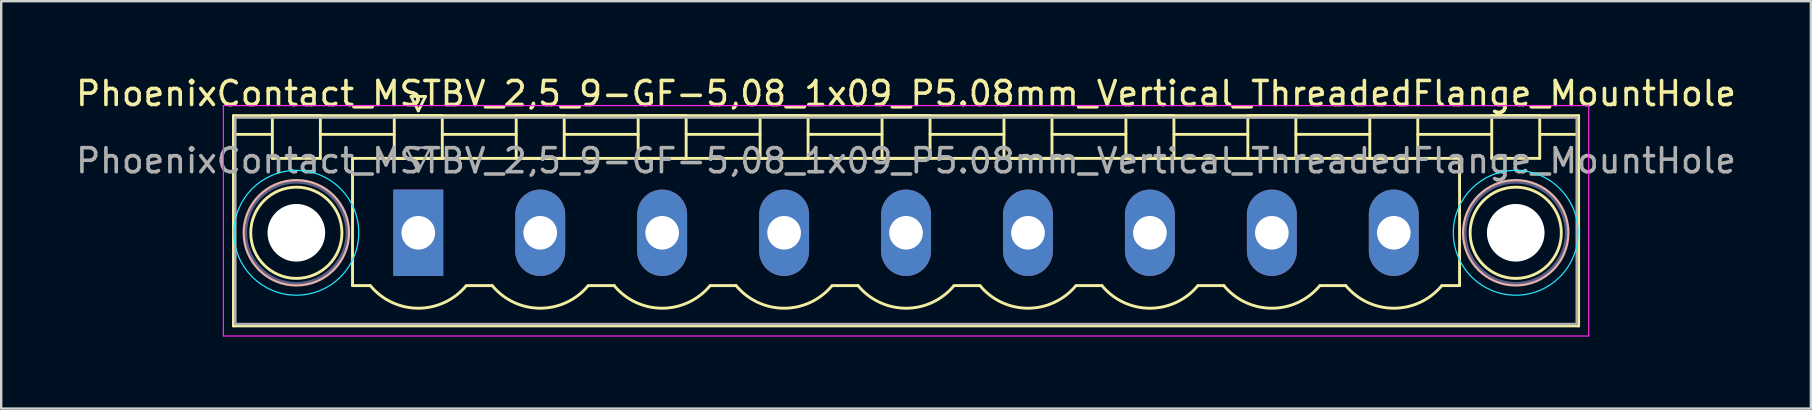
<source format=kicad_pcb>
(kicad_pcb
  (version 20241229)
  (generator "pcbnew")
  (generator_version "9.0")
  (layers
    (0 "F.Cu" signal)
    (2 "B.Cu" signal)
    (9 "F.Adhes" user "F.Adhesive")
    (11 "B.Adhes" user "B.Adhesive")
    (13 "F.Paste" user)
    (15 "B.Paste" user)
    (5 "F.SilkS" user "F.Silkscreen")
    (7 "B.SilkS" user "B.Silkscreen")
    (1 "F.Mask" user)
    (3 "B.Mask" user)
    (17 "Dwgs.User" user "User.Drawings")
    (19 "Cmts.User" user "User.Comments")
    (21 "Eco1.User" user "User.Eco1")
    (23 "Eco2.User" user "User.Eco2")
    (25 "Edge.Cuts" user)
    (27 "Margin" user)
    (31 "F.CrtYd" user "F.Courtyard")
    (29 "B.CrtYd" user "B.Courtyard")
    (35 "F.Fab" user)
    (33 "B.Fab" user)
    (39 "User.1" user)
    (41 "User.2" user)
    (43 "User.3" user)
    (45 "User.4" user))
  (footprint "PhoenixContact_MSTBV_2,5_9-GF-5,08_1x09_P5.08mm_Vertical_ThreadedFlange_MountHole"
    (layer "F.Cu")
    (at 14.376 6.648)
    (property "Reference" "PhoenixContact_MSTBV_2,5_9-GF-5,08_1x09_P5.08mm_Vertical_ThreadedFlange_MountHole" (at 20.32 -5.8 0) (layer "F.SilkS") (effects (font (size 1 1) (thickness 0.15))))
    (attr through_hole)
    (fp_line (start -7.7 -4.88) (end -7.7 3.88) (stroke (width 0.12) (type solid)) (layer "F.SilkS"))
    (fp_line (start -7.7 -4.1) (end -6.16 -4.1) (stroke (width 0.12) (type solid)) (layer "F.SilkS"))
    (fp_line (start -7.7 3.88) (end 48.34 3.88) (stroke (width 0.12) (type solid)) (layer "F.SilkS"))
    (fp_line (start -6.08 -4.88) (end -4.08 -4.88) (stroke (width 0.12) (type solid)) (layer "F.SilkS"))
    (fp_line (start -6.08 -3.1) (end -6.08 -4.88) (stroke (width 0.12) (type solid)) (layer "F.SilkS"))
    (fp_line (start -4.08 -4.88) (end -4.08 -3.1) (stroke (width 0.12) (type solid)) (layer "F.SilkS"))
    (fp_line (start -4.08 -4.1) (end -1 -4.1) (stroke (width 0.12) (type solid)) (layer "F.SilkS"))
    (fp_line (start -4.08 -3.1) (end -6.08 -3.1) (stroke (width 0.12) (type solid)) (layer "F.SilkS"))
    (fp_line (start -2.74 -3.1) (end 43.38 -3.1) (stroke (width 0.12) (type solid)) (layer "F.SilkS"))
    (fp_line (start -2.74 2.2) (end -2.74 -3.1) (stroke (width 0.12) (type solid)) (layer "F.SilkS"))
    (fp_line (start -2 2.2) (end -2.74 2.2) (stroke (width 0.12) (type solid)) (layer "F.SilkS"))
    (fp_line (start -1 -4.88) (end 1 -4.88) (stroke (width 0.12) (type solid)) (layer "F.SilkS"))
    (fp_line (start -1 -3.1) (end -1 -4.88) (stroke (width 0.12) (type solid)) (layer "F.SilkS"))
    (fp_line (start -0.3 -5.68) (end 0.3 -5.68) (stroke (width 0.12) (type solid)) (layer "F.SilkS"))
    (fp_line (start 0 -5.08) (end -0.3 -5.68) (stroke (width 0.12) (type solid)) (layer "F.SilkS"))
    (fp_line (start 0.3 -5.68) (end 0 -5.08) (stroke (width 0.12) (type solid)) (layer "F.SilkS"))
    (fp_line (start 1 -4.88) (end 1 -3.1) (stroke (width 0.12) (type solid)) (layer "F.SilkS"))
    (fp_line (start 1 -4.1) (end 4.08 -4.1) (stroke (width 0.12) (type solid)) (layer "F.SilkS"))
    (fp_line (start 1 -3.1) (end -1 -3.1) (stroke (width 0.12) (type solid)) (layer "F.SilkS"))
    (fp_line (start 2 2.2) (end 3.08 2.2) (stroke (width 0.12) (type solid)) (layer "F.SilkS"))
    (fp_line (start 4.08 -4.88) (end 6.08 -4.88) (stroke (width 0.12) (type solid)) (layer "F.SilkS"))
    (fp_line (start 4.08 -3.1) (end 4.08 -4.88) (stroke (width 0.12) (type solid)) (layer "F.SilkS"))
    (fp_line (start 6.08 -4.88) (end 6.08 -3.1) (stroke (width 0.12) (type solid)) (layer "F.SilkS"))
    (fp_line (start 6.08 -4.1) (end 9.16 -4.1) (stroke (width 0.12) (type solid)) (layer "F.SilkS"))
    (fp_line (start 6.08 -3.1) (end 4.08 -3.1) (stroke (width 0.12) (type solid)) (layer "F.SilkS"))
    (fp_line (start 7.08 2.2) (end 8.16 2.2) (stroke (width 0.12) (type solid)) (layer "F.SilkS"))
    (fp_line (start 9.16 -4.88) (end 11.16 -4.88) (stroke (width 0.12) (type solid)) (layer "F.SilkS"))
    (fp_line (start 9.16 -3.1) (end 9.16 -4.88) (stroke (width 0.12) (type solid)) (layer "F.SilkS"))
    (fp_line (start 11.16 -4.88) (end 11.16 -3.1) (stroke (width 0.12) (type solid)) (layer "F.SilkS"))
    (fp_line (start 11.16 -4.1) (end 14.24 -4.1) (stroke (width 0.12) (type solid)) (layer "F.SilkS"))
    (fp_line (start 11.16 -3.1) (end 9.16 -3.1) (stroke (width 0.12) (type solid)) (layer "F.SilkS"))
    (fp_line (start 12.16 2.2) (end 13.24 2.2) (stroke (width 0.12) (type solid)) (layer "F.SilkS"))
    (fp_line (start 14.24 -4.88) (end 16.24 -4.88) (stroke (width 0.12) (type solid)) (layer "F.SilkS"))
    (fp_line (start 14.24 -3.1) (end 14.24 -4.88) (stroke (width 0.12) (type solid)) (layer "F.SilkS"))
    (fp_line (start 16.24 -4.88) (end 16.24 -3.1) (stroke (width 0.12) (type solid)) (layer "F.SilkS"))
    (fp_line (start 16.24 -4.1) (end 19.32 -4.1) (stroke (width 0.12) (type solid)) (layer "F.SilkS"))
    (fp_line (start 16.24 -3.1) (end 14.24 -3.1) (stroke (width 0.12) (type solid)) (layer "F.SilkS"))
    (fp_line (start 17.24 2.2) (end 18.32 2.2) (stroke (width 0.12) (type solid)) (layer "F.SilkS"))
    (fp_line (start 19.32 -4.88) (end 21.32 -4.88) (stroke (width 0.12) (type solid)) (layer "F.SilkS"))
    (fp_line (start 19.32 -3.1) (end 19.32 -4.88) (stroke (width 0.12) (type solid)) (layer "F.SilkS"))
    (fp_line (start 21.32 -4.88) (end 21.32 -3.1) (stroke (width 0.12) (type solid)) (layer "F.SilkS"))
    (fp_line (start 21.32 -4.1) (end 24.4 -4.1) (stroke (width 0.12) (type solid)) (layer "F.SilkS"))
    (fp_line (start 21.32 -3.1) (end 19.32 -3.1) (stroke (width 0.12) (type solid)) (layer "F.SilkS"))
    (fp_line (start 22.32 2.2) (end 23.4 2.2) (stroke (width 0.12) (type solid)) (layer "F.SilkS"))
    (fp_line (start 24.4 -4.88) (end 26.4 -4.88) (stroke (width 0.12) (type solid)) (layer "F.SilkS"))
    (fp_line (start 24.4 -3.1) (end 24.4 -4.88) (stroke (width 0.12) (type solid)) (layer "F.SilkS"))
    (fp_line (start 26.4 -4.88) (end 26.4 -3.1) (stroke (width 0.12) (type solid)) (layer "F.SilkS"))
    (fp_line (start 26.4 -4.1) (end 29.48 -4.1) (stroke (width 0.12) (type solid)) (layer "F.SilkS"))
    (fp_line (start 26.4 -3.1) (end 24.4 -3.1) (stroke (width 0.12) (type solid)) (layer "F.SilkS"))
    (fp_line (start 27.4 2.2) (end 28.48 2.2) (stroke (width 0.12) (type solid)) (layer "F.SilkS"))
    (fp_line (start 29.48 -4.88) (end 31.48 -4.88) (stroke (width 0.12) (type solid)) (layer "F.SilkS"))
    (fp_line (start 29.48 -3.1) (end 29.48 -4.88) (stroke (width 0.12) (type solid)) (layer "F.SilkS"))
    (fp_line (start 31.48 -4.88) (end 31.48 -3.1) (stroke (width 0.12) (type solid)) (layer "F.SilkS"))
    (fp_line (start 31.48 -4.1) (end 34.56 -4.1) (stroke (width 0.12) (type solid)) (layer "F.SilkS"))
    (fp_line (start 31.48 -3.1) (end 29.48 -3.1) (stroke (width 0.12) (type solid)) (layer "F.SilkS"))
    (fp_line (start 32.48 2.2) (end 33.56 2.2) (stroke (width 0.12) (type solid)) (layer "F.SilkS"))
    (fp_line (start 34.56 -4.88) (end 36.56 -4.88) (stroke (width 0.12) (type solid)) (layer "F.SilkS"))
    (fp_line (start 34.56 -3.1) (end 34.56 -4.88) (stroke (width 0.12) (type solid)) (layer "F.SilkS"))
    (fp_line (start 36.56 -4.88) (end 36.56 -3.1) (stroke (width 0.12) (type solid)) (layer "F.SilkS"))
    (fp_line (start 36.56 -4.1) (end 39.64 -4.1) (stroke (width 0.12) (type solid)) (layer "F.SilkS"))
    (fp_line (start 36.56 -3.1) (end 34.56 -3.1) (stroke (width 0.12) (type solid)) (layer "F.SilkS"))
    (fp_line (start 37.56 2.2) (end 38.64 2.2) (stroke (width 0.12) (type solid)) (layer "F.SilkS"))
    (fp_line (start 39.64 -4.88) (end 41.64 -4.88) (stroke (width 0.12) (type solid)) (layer "F.SilkS"))
    (fp_line (start 39.64 -3.1) (end 39.64 -4.88) (stroke (width 0.12) (type solid)) (layer "F.SilkS"))
    (fp_line (start 41.64 -4.88) (end 41.64 -3.1) (stroke (width 0.12) (type solid)) (layer "F.SilkS"))
    (fp_line (start 41.64 -4.1) (end 44.72 -4.1) (stroke (width 0.12) (type solid)) (layer "F.SilkS"))
    (fp_line (start 41.64 -3.1) (end 39.64 -3.1) (stroke (width 0.12) (type solid)) (layer "F.SilkS"))
    (fp_line (start 43.38 -3.1) (end 43.38 2.2) (stroke (width 0.12) (type solid)) (layer "F.SilkS"))
    (fp_line (start 43.38 2.2) (end 42.64 2.2) (stroke (width 0.12) (type solid)) (layer "F.SilkS"))
    (fp_line (start 44.72 -4.88) (end 46.72 -4.88) (stroke (width 0.12) (type solid)) (layer "F.SilkS"))
    (fp_line (start 44.72 -3.1) (end 44.72 -4.88) (stroke (width 0.12) (type solid)) (layer "F.SilkS"))
    (fp_line (start 46.72 -4.88) (end 46.72 -3.1) (stroke (width 0.12) (type solid)) (layer "F.SilkS"))
    (fp_line (start 46.72 -3.1) (end 44.72 -3.1) (stroke (width 0.12) (type solid)) (layer "F.SilkS"))
    (fp_line (start 48.34 -4.88) (end -7.7 -4.88) (stroke (width 0.12) (type solid)) (layer "F.SilkS"))
    (fp_line (start 48.34 -4.1) (end 46.8 -4.1) (stroke (width 0.12) (type solid)) (layer "F.SilkS"))
    (fp_line (start 48.34 3.88) (end 48.34 -4.88) (stroke (width 0.12) (type solid)) (layer "F.SilkS"))
    (fp_arc (start 1.986842 2.215821) (mid -0.010289 3.142758) (end -2 2.2) (stroke (width 0.12) (type solid)) (layer "F.SilkS"))
    (fp_arc (start 7.066842 2.215821) (mid 5.069711 3.142758) (end 3.08 2.2) (stroke (width 0.12) (type solid)) (layer "F.SilkS"))
    (fp_arc (start 12.146842 2.215821) (mid 10.149711 3.142758) (end 8.16 2.2) (stroke (width 0.12) (type solid)) (layer "F.SilkS"))
    (fp_arc (start 17.226842 2.215821) (mid 15.229711 3.142758) (end 13.24 2.2) (stroke (width 0.12) (type solid)) (layer "F.SilkS"))
    (fp_arc (start 22.306842 2.215821) (mid 20.309711 3.142758) (end 18.32 2.2) (stroke (width 0.12) (type solid)) (layer "F.SilkS"))
    (fp_arc (start 27.386842 2.215821) (mid 25.389711 3.142758) (end 23.4 2.2) (stroke (width 0.12) (type solid)) (layer "F.SilkS"))
    (fp_arc (start 32.466842 2.215821) (mid 30.469711 3.142758) (end 28.48 2.2) (stroke (width 0.12) (type solid)) (layer "F.SilkS"))
    (fp_arc (start 37.546842 2.215821) (mid 35.549711 3.142758) (end 33.56 2.2) (stroke (width 0.12) (type solid)) (layer "F.SilkS"))
    (fp_arc (start 42.626842 2.215821) (mid 40.629711 3.142758) (end 38.64 2.2) (stroke (width 0.12) (type solid)) (layer "F.SilkS"))
    (fp_circle (center -5.08 0) (end -3.18 0) (stroke (width 0.12) (type solid)) (fill no) (layer "F.SilkS"))
    (fp_circle (center 45.72 0) (end 47.62 0) (stroke (width 0.12) (type solid)) (fill no) (layer "F.SilkS"))
    (fp_circle (center -5.08 0) (end -2.9 0) (stroke (width 0.12) (type solid)) (fill no) (layer "B.SilkS"))
    (fp_circle (center 45.72 0) (end 47.9 0) (stroke (width 0.12) (type solid)) (fill no) (layer "B.SilkS"))
    (fp_circle (center -5.08 0) (end -2.48 0) (stroke (width 0.05) (type solid)) (fill no) (layer "B.CrtYd"))
    (fp_circle (center 45.72 0) (end 48.32 0) (stroke (width 0.05) (type solid)) (fill no) (layer "B.CrtYd"))
    (fp_line (start -8.12 -5.3) (end -8.12 4.3) (stroke (width 0.05) (type solid)) (layer "F.CrtYd"))
    (fp_line (start -8.12 4.3) (end 48.76 4.3) (stroke (width 0.05) (type solid)) (layer "F.CrtYd"))
    (fp_line (start 48.76 -5.3) (end -8.12 -5.3) (stroke (width 0.05) (type solid)) (layer "F.CrtYd"))
    (fp_line (start 48.76 4.3) (end 48.76 -5.3) (stroke (width 0.05) (type solid)) (layer "F.CrtYd"))
    (fp_circle (center -5.08 0) (end -2.98 0) (stroke (width 0.1) (type solid)) (fill no) (layer "B.Fab"))
    (fp_circle (center 45.72 0) (end 47.82 0) (stroke (width 0.1) (type solid)) (fill no) (layer "B.Fab"))
    (fp_line (start -7.62 -4.8) (end -7.62 3.8) (stroke (width 0.1) (type solid)) (layer "F.Fab"))
    (fp_line (start -7.62 3.8) (end 48.26 3.8) (stroke (width 0.1) (type solid)) (layer "F.Fab"))
    (fp_line (start -0.5 -3.55) (end 0.5 -3.55) (stroke (width 0.1) (type solid)) (layer "F.Fab"))
    (fp_line (start 0 -2.55) (end -0.5 -3.55) (stroke (width 0.1) (type solid)) (layer "F.Fab"))
    (fp_line (start 0.5 -3.55) (end 0 -2.55) (stroke (width 0.1) (type solid)) (layer "F.Fab"))
    (fp_line (start 48.26 -4.8) (end -7.62 -4.8) (stroke (width 0.1) (type solid)) (layer "F.Fab"))
    (fp_line (start 48.26 3.8) (end 48.26 -4.8) (stroke (width 0.1) (type solid)) (layer "F.Fab"))
    (fp_text user "${REFERENCE}" (at 20.32 -3 0) (layer "F.Fab") (effects (font (size 1 1) (thickness 0.15))))
    (pad "" np_thru_hole circle (at -5.08 0) (size 2.4 2.4) (drill 2.4) (layers "*.Cu" "*.Mask"))
    (pad "" np_thru_hole circle (at 45.72 0) (size 2.4 2.4) (drill 2.4) (layers "*.Cu" "*.Mask"))
    (pad "1" thru_hole rect (at 0 0) (size 2.08 3.6) (drill 1.4) (layers "*.Cu" "*.Mask"))
    (pad "2" thru_hole oval (at 5.08 0) (size 2.08 3.6) (drill 1.4) (layers "*.Cu" "*.Mask"))
    (pad "3" thru_hole oval (at 10.16 0) (size 2.08 3.6) (drill 1.4) (layers "*.Cu" "*.Mask"))
    (pad "4" thru_hole oval (at 15.24 0) (size 2.08 3.6) (drill 1.4) (layers "*.Cu" "*.Mask"))
    (pad "5" thru_hole oval (at 20.32 0) (size 2.08 3.6) (drill 1.4) (layers "*.Cu" "*.Mask"))
    (pad "6" thru_hole oval (at 25.4 0) (size 2.08 3.6) (drill 1.4) (layers "*.Cu" "*.Mask"))
    (pad "7" thru_hole oval (at 30.48 0) (size 2.08 3.6) (drill 1.4) (layers "*.Cu" "*.Mask"))
    (pad "8" thru_hole oval (at 35.56 0) (size 2.08 3.6) (drill 1.4) (layers "*.Cu" "*.Mask"))
    (pad "9" thru_hole oval (at 40.64 0) (size 2.08 3.6) (drill 1.4) (layers "*.Cu" "*.Mask")))
  (gr_rect
    (start -3 -3)
    (end 72.393 13.973)
    (stroke (width 0.1) (type default))
    (fill no)
    (layer "Edge.Cuts")))
</source>
